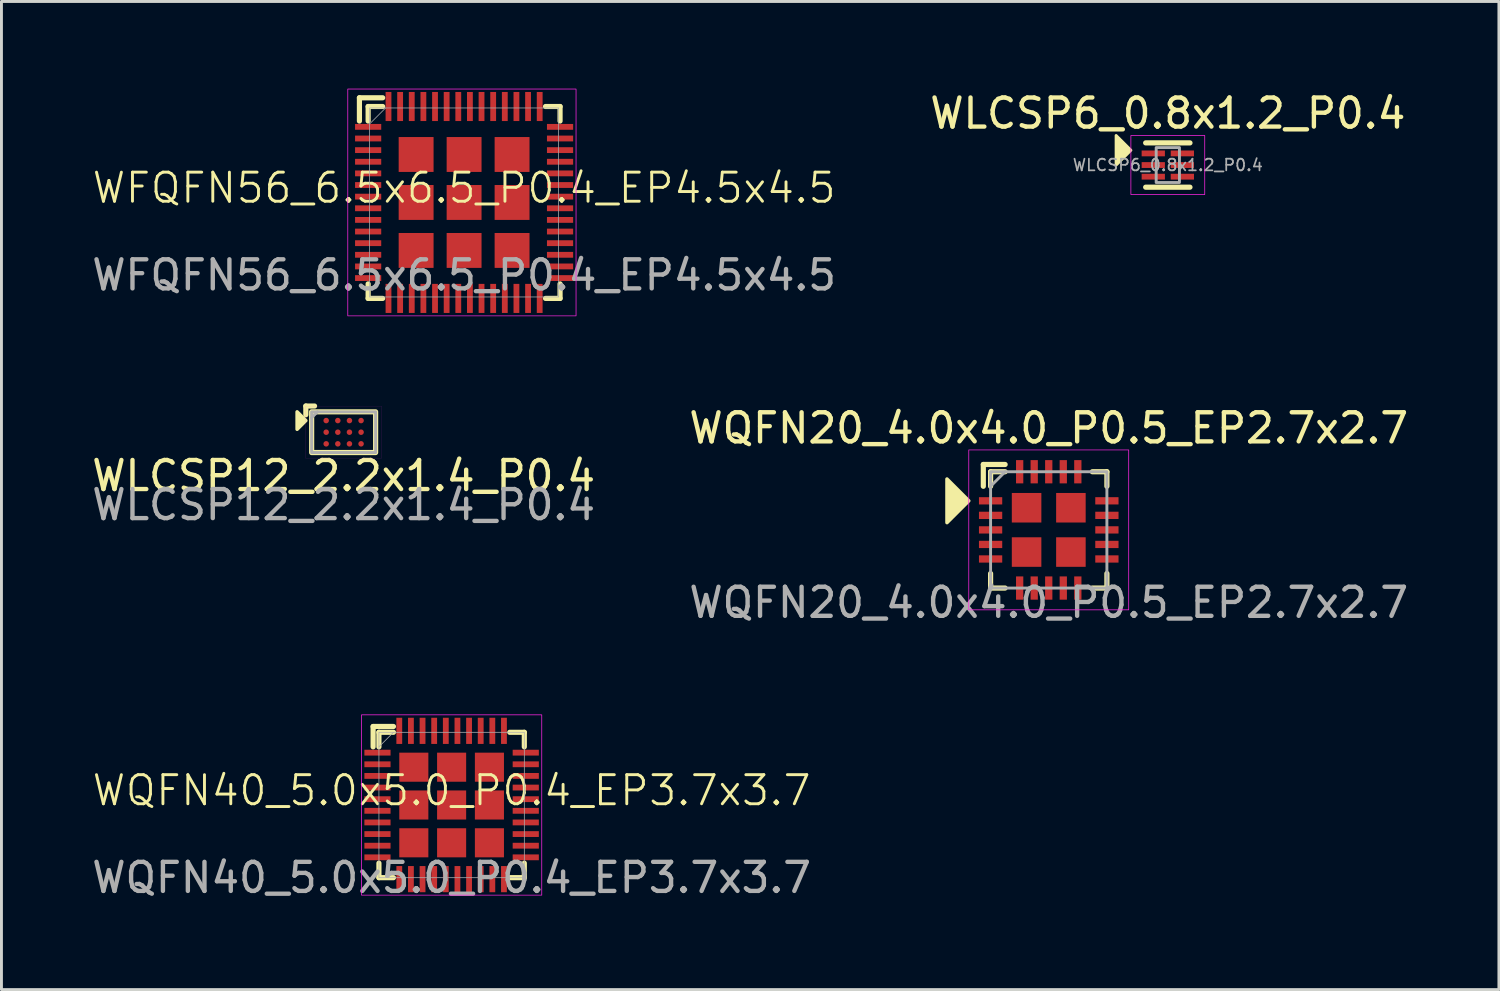
<source format=kicad_pcb>
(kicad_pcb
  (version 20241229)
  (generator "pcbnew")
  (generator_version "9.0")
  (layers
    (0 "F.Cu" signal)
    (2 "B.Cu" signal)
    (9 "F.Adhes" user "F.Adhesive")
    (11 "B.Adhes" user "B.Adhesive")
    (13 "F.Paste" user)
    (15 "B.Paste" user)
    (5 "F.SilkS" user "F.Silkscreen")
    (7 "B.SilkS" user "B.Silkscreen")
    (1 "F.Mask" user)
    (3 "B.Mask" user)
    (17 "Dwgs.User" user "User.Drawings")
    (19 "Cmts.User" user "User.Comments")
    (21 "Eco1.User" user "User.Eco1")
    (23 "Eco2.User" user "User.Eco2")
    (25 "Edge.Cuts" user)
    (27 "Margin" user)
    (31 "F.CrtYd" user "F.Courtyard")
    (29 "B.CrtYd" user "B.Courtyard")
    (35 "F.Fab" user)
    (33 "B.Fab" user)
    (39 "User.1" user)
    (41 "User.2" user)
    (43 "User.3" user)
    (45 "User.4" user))
  (footprint "WQFN20_4.0x4.0_P0.5_EP2.7x2.7"
    (layer "F.Cu")
    (at 33.018 15.174)
    (property "Reference" "WQFN20_4.0x4.0_P0.5_EP2.7x2.7" (at 0 -3.5 0) (unlocked yes) (layer "F.SilkS") (effects (font (size 1 1) (thickness 0.15))))
    (attr smd)
    (fp_line (start -2.25 -2.25) (end -1.5 -2.25) (stroke (width 0.178) (type solid)) (layer "F.SilkS"))
    (fp_line (start -2.25 -1.5) (end -2.25 -2.25) (stroke (width 0.178) (type solid)) (layer "F.SilkS"))
    (fp_line (start -2 -2) (end -2 -1.5) (stroke (width 0.178) (type solid)) (layer "F.SilkS"))
    (fp_line (start -2 1.5) (end -2 2) (stroke (width 0.178) (type solid)) (layer "F.SilkS"))
    (fp_line (start -2 2) (end -1.5 2) (stroke (width 0.178) (type solid)) (layer "F.SilkS"))
    (fp_line (start -1.5 -2) (end -2 -2) (stroke (width 0.178) (type solid)) (layer "F.SilkS"))
    (fp_line (start 1.5 -2) (end 2 -2) (stroke (width 0.178) (type solid)) (layer "F.SilkS"))
    (fp_line (start 1.5 2) (end 2 2) (stroke (width 0.178) (type solid)) (layer "F.SilkS"))
    (fp_line (start 2 -2) (end 2 -1.5) (stroke (width 0.178) (type solid)) (layer "F.SilkS"))
    (fp_line (start 2 2) (end 2 1.5) (stroke (width 0.178) (type solid)) (layer "F.SilkS"))
    (fp_poly (pts (xy -2.75 -1) (xy -3.5 -0.25) (xy -3.5 -1.75)) (stroke (width 0.12) (type solid)) (fill yes) (layer "F.SilkS"))
    (fp_rect (start -2.75 -2.75) (end 2.75 2.75) (stroke (width 0.025) (type solid)) (fill no) (layer "F.CrtYd"))
    (fp_line (start -2 -1.5) (end -1.5 -2) (stroke (width 0.1) (type solid)) (layer "F.Fab"))
    (fp_rect (start -2 -2) (end 2 2) (stroke (width 0.1) (type solid)) (fill no) (layer "F.Fab"))
    (fp_text user "${REFERENCE}" (at 0 2.5 0) (unlocked yes) (layer "F.Fab") (effects (font (size 1 1) (thickness 0.15))))
    (pad "1" smd rect (at -2 -1) (size 0.8 0.25) (layers "F.Cu" "F.Mask" "F.Paste"))
    (pad "2" smd rect (at -2 -0.5) (size 0.8 0.25) (layers "F.Cu" "F.Mask" "F.Paste"))
    (pad "3" smd rect (at -2 0) (size 0.8 0.25) (layers "F.Cu" "F.Mask" "F.Paste"))
    (pad "4" smd rect (at -2 0.5) (size 0.8 0.25) (layers "F.Cu" "F.Mask" "F.Paste"))
    (pad "5" smd rect (at -2 1) (size 0.8 0.25) (layers "F.Cu" "F.Mask" "F.Paste"))
    (pad "6" smd rect (at -1 2 90) (size 0.8 0.25) (layers "F.Cu" "F.Mask" "F.Paste"))
    (pad "7" smd rect (at -0.5 2 90) (size 0.8 0.25) (layers "F.Cu" "F.Mask" "F.Paste"))
    (pad "8" smd rect (at 0 2 90) (size 0.8 0.25) (layers "F.Cu" "F.Mask" "F.Paste"))
    (pad "9" smd rect (at 0.5 2 90) (size 0.8 0.25) (layers "F.Cu" "F.Mask" "F.Paste"))
    (pad "10" smd rect (at 1 2 90) (size 0.8 0.25) (layers "F.Cu" "F.Mask" "F.Paste"))
    (pad "11" smd rect (at 2 1) (size 0.8 0.25) (layers "F.Cu" "F.Mask" "F.Paste"))
    (pad "12" smd rect (at 2 0.5) (size 0.8 0.25) (layers "F.Cu" "F.Mask" "F.Paste"))
    (pad "13" smd rect (at 2 0) (size 0.8 0.25) (layers "F.Cu" "F.Mask" "F.Paste"))
    (pad "14" smd rect (at 2 -0.5) (size 0.8 0.25) (layers "F.Cu" "F.Mask" "F.Paste"))
    (pad "15" smd rect (at 2 -1) (size 0.8 0.25) (layers "F.Cu" "F.Mask" "F.Paste"))
    (pad "16" smd rect (at 1 -2 90) (size 0.8 0.25) (layers "F.Cu" "F.Mask" "F.Paste"))
    (pad "17" smd rect (at 0.5 -2 90) (size 0.8 0.25) (layers "F.Cu" "F.Mask" "F.Paste"))
    (pad "18" smd rect (at 0 -2 90) (size 0.8 0.25) (layers "F.Cu" "F.Mask" "F.Paste"))
    (pad "19" smd rect (at -0.5 -2 90) (size 0.8 0.25) (layers "F.Cu" "F.Mask" "F.Paste"))
    (pad "20" smd rect (at -1 -2 90) (size 0.8 0.25) (layers "F.Cu" "F.Mask" "F.Paste"))
    (pad "21" smd rect (at -0.762 -0.762 90) (size 1.016 1.016) (layers "F.Cu" "F.Mask" "F.Paste"))
    (pad "21" smd rect (at -0.762 0.762 90) (size 1.016 1.016) (layers "F.Cu" "F.Mask" "F.Paste"))
    (pad "21" smd rect (at 0.762 -0.762 90) (size 1.016 1.016) (layers "F.Cu" "F.Mask" "F.Paste"))
    (pad "21" smd rect (at 0.762 0.762 90) (size 1.016 1.016) (layers "F.Cu" "F.Mask" "F.Paste")))
  (footprint "WQFN40_5.0x5.0_P0.4_EP3.7x3.7"
    (layer "F.Cu")
    (at 12.482 24.635)
    (property "Reference" "WQFN40_5.0x5.0_P0.4_EP3.7x3.7" (at 0 -0.5 0) (unlocked yes) (layer "F.SilkS") (effects (font (size 1 1) (thickness 0.1))))
    (attr smd)
    (fp_line (start -2.7 -2.7) (end -2 -2.7) (stroke (width 0.178) (type default)) (layer "F.SilkS"))
    (fp_line (start -2.7 -2) (end -2.7 -2.7) (stroke (width 0.178) (type default)) (layer "F.SilkS"))
    (fp_line (start -2.5 -2.5) (end -2 -2.5) (stroke (width 0.178) (type default)) (layer "F.SilkS"))
    (fp_line (start -2.5 -2) (end -2.5 -2.5) (stroke (width 0.178) (type default)) (layer "F.SilkS"))
    (fp_line (start -2.5 2.5) (end -2.5 2) (stroke (width 0.178) (type default)) (layer "F.SilkS"))
    (fp_line (start -2 2.5) (end -2.5 2.5) (stroke (width 0.178) (type default)) (layer "F.SilkS"))
    (fp_line (start 2 -2.5) (end 2.5 -2.5) (stroke (width 0.178) (type default)) (layer "F.SilkS"))
    (fp_line (start 2 2.5) (end 2.5 2.5) (stroke (width 0.178) (type default)) (layer "F.SilkS"))
    (fp_line (start 2.5 -2.5) (end 2.5 -2) (stroke (width 0.178) (type default)) (layer "F.SilkS"))
    (fp_line (start 2.5 2.5) (end 2.5 2) (stroke (width 0.178) (type default)) (layer "F.SilkS"))
    (fp_rect (start -3.1 3.1) (end 3.1 -3.1) (stroke (width 0.025) (type default)) (fill no) (layer "F.CrtYd"))
    (fp_line (start -2.5 -2) (end -2 -2.5) (stroke (width 0.025) (type default)) (layer "F.Fab"))
    (fp_rect (start -2.5 2.5) (end 2.5 -2.5) (stroke (width 0.025) (type default)) (fill no) (layer "F.Fab"))
    (fp_text user "${REFERENCE}" (at 0 2.5 0) (unlocked yes) (layer "F.Fab") (effects (font (size 1 1) (thickness 0.15))))
    (pad "1" smd rect (at -2.55 -1.8) (size 0.9 0.2) (layers "F.Cu" "F.Mask" "F.Paste"))
    (pad "2" smd rect (at -2.55 -1.4) (size 0.9 0.2) (layers "F.Cu" "F.Mask" "F.Paste"))
    (pad "3" smd rect (at -2.55 -1) (size 0.9 0.2) (layers "F.Cu" "F.Mask" "F.Paste"))
    (pad "4" smd rect (at -2.55 -0.6) (size 0.9 0.2) (layers "F.Cu" "F.Mask" "F.Paste"))
    (pad "5" smd rect (at -2.55 -0.2) (size 0.9 0.2) (layers "F.Cu" "F.Mask" "F.Paste"))
    (pad "6" smd rect (at -2.55 0.2) (size 0.9 0.2) (layers "F.Cu" "F.Mask" "F.Paste"))
    (pad "7" smd rect (at -2.55 0.6) (size 0.9 0.2) (layers "F.Cu" "F.Mask" "F.Paste"))
    (pad "8" smd rect (at -2.55 1) (size 0.9 0.2) (layers "F.Cu" "F.Mask" "F.Paste"))
    (pad "9" smd rect (at -2.55 1.4) (size 0.9 0.2) (layers "F.Cu" "F.Mask" "F.Paste"))
    (pad "10" smd rect (at -2.55 1.8) (size 0.9 0.2) (layers "F.Cu" "F.Mask" "F.Paste"))
    (pad "11" smd rect (at -1.8 2.55) (size 0.2 0.9) (layers "F.Cu" "F.Mask" "F.Paste"))
    (pad "12" smd rect (at -1.4 2.55) (size 0.2 0.9) (layers "F.Cu" "F.Mask" "F.Paste"))
    (pad "13" smd rect (at -1 2.55) (size 0.2 0.9) (layers "F.Cu" "F.Mask" "F.Paste"))
    (pad "14" smd rect (at -0.6 2.55) (size 0.2 0.9) (layers "F.Cu" "F.Mask" "F.Paste"))
    (pad "15" smd rect (at -0.2 2.55) (size 0.2 0.9) (layers "F.Cu" "F.Mask" "F.Paste"))
    (pad "16" smd rect (at 0.2 2.55) (size 0.2 0.9) (layers "F.Cu" "F.Mask" "F.Paste"))
    (pad "17" smd rect (at 0.6 2.55) (size 0.2 0.9) (layers "F.Cu" "F.Mask" "F.Paste"))
    (pad "18" smd rect (at 1 2.55) (size 0.2 0.9) (layers "F.Cu" "F.Mask" "F.Paste"))
    (pad "19" smd rect (at 1.4 2.55) (size 0.2 0.9) (layers "F.Cu" "F.Mask" "F.Paste"))
    (pad "20" smd rect (at 1.8 2.55) (size 0.2 0.9) (layers "F.Cu" "F.Mask" "F.Paste"))
    (pad "21" smd rect (at 2.55 1.8) (size 0.9 0.2) (layers "F.Cu" "F.Mask" "F.Paste"))
    (pad "22" smd rect (at 2.55 1.4) (size 0.9 0.2) (layers "F.Cu" "F.Mask" "F.Paste"))
    (pad "23" smd rect (at 2.55 1) (size 0.9 0.2) (layers "F.Cu" "F.Mask" "F.Paste"))
    (pad "24" smd rect (at 2.55 0.6) (size 0.9 0.2) (layers "F.Cu" "F.Mask" "F.Paste"))
    (pad "25" smd rect (at 2.55 0.2) (size 0.9 0.2) (layers "F.Cu" "F.Mask" "F.Paste"))
    (pad "26" smd rect (at 2.55 -0.2) (size 0.9 0.2) (layers "F.Cu" "F.Mask" "F.Paste"))
    (pad "27" smd rect (at 2.55 -0.6) (size 0.9 0.2) (layers "F.Cu" "F.Mask" "F.Paste"))
    (pad "28" smd rect (at 2.55 -1) (size 0.9 0.2) (layers "F.Cu" "F.Mask" "F.Paste"))
    (pad "29" smd rect (at 2.55 -1.4) (size 0.9 0.2) (layers "F.Cu" "F.Mask" "F.Paste"))
    (pad "30" smd rect (at 2.55 -1.8) (size 0.9 0.2) (layers "F.Cu" "F.Mask" "F.Paste"))
    (pad "31" smd rect (at 1.8 -2.55) (size 0.2 0.9) (layers "F.Cu" "F.Mask" "F.Paste"))
    (pad "32" smd rect (at 1.4 -2.55) (size 0.2 0.9) (layers "F.Cu" "F.Mask" "F.Paste"))
    (pad "33" smd rect (at 1 -2.55) (size 0.2 0.9) (layers "F.Cu" "F.Mask" "F.Paste"))
    (pad "34" smd rect (at 0.6 -2.55) (size 0.2 0.9) (layers "F.Cu" "F.Mask" "F.Paste"))
    (pad "35" smd rect (at 0.2 -2.55) (size 0.2 0.9) (layers "F.Cu" "F.Mask" "F.Paste"))
    (pad "36" smd rect (at -0.2 -2.55) (size 0.2 0.9) (layers "F.Cu" "F.Mask" "F.Paste"))
    (pad "37" smd rect (at -0.6 -2.55) (size 0.2 0.9) (layers "F.Cu" "F.Mask" "F.Paste"))
    (pad "38" smd rect (at -1 -2.55) (size 0.2 0.9) (layers "F.Cu" "F.Mask" "F.Paste"))
    (pad "39" smd rect (at -1.4 -2.55) (size 0.2 0.9) (layers "F.Cu" "F.Mask" "F.Paste"))
    (pad "40" smd rect (at -1.8 -2.55) (size 0.2 0.9) (layers "F.Cu" "F.Mask" "F.Paste"))
    (pad "41" smd rect (at -1.3 -1.3) (size 1 1) (layers "F.Cu" "F.Mask" "F.Paste"))
    (pad "41" smd rect (at -1.3 0) (size 1 1) (layers "F.Cu" "F.Mask" "F.Paste"))
    (pad "41" smd rect (at -1.3 1.3) (size 1 1) (layers "F.Cu" "F.Mask" "F.Paste"))
    (pad "41" smd rect (at 0 -1.3) (size 1 1) (layers "F.Cu" "F.Mask" "F.Paste"))
    (pad "41" smd rect (at 0 0) (size 1 1) (layers "F.Cu" "F.Mask" "F.Paste"))
    (pad "41" smd rect (at 0 1.3) (size 1 1) (layers "F.Cu" "F.Mask" "F.Paste"))
    (pad "41" smd rect (at 1.3 -1.3) (size 1 1) (layers "F.Cu" "F.Mask" "F.Paste"))
    (pad "41" smd rect (at 1.3 0) (size 1 1) (layers "F.Cu" "F.Mask" "F.Paste"))
    (pad "41" smd rect (at 1.3 1.3) (size 1 1) (layers "F.Cu" "F.Mask" "F.Paste")))
  (footprint "WFQFN56_6.5x6.5_P0.4_EP4.5x4.5"
    (layer "F.Cu")
    (at 12.911 3.913)
    (property "Reference" "WFQFN56_6.5x6.5_P0.4_EP4.5x4.5" (at 0 -0.5 0) (unlocked yes) (layer "F.SilkS") (effects (font (size 1 1) (thickness 0.1))))
    (attr smd)
    (fp_line (start -3.6 -3.6) (end -2.8 -3.6) (stroke (width 0.178) (type default)) (layer "F.SilkS"))
    (fp_line (start -3.6 -2.8) (end -3.6 -3.6) (stroke (width 0.178) (type default)) (layer "F.SilkS"))
    (fp_line (start -3.3 -3.3) (end -2.8 -3.3) (stroke (width 0.178) (type default)) (layer "F.SilkS"))
    (fp_line (start -3.3 -2.8) (end -3.3 -3.3) (stroke (width 0.178) (type default)) (layer "F.SilkS"))
    (fp_line (start -3.3 3.3) (end -3.3 2.8) (stroke (width 0.178) (type default)) (layer "F.SilkS"))
    (fp_line (start -2.8 3.3) (end -3.3 3.3) (stroke (width 0.178) (type default)) (layer "F.SilkS"))
    (fp_line (start 2.8 -3.3) (end 3.3 -3.3) (stroke (width 0.178) (type default)) (layer "F.SilkS"))
    (fp_line (start 2.8 3.3) (end 3.3 3.3) (stroke (width 0.178) (type default)) (layer "F.SilkS"))
    (fp_line (start 3.3 -3.3) (end 3.3 -2.8) (stroke (width 0.178) (type default)) (layer "F.SilkS"))
    (fp_line (start 3.3 3.3) (end 3.3 2.8) (stroke (width 0.178) (type default)) (layer "F.SilkS"))
    (fp_rect (start -4 3.9) (end 3.85 -3.9) (stroke (width 0.025) (type default)) (fill no) (layer "F.CrtYd"))
    (fp_line (start -3.25 -2.7) (end -2.7 -3.25) (stroke (width 0.025) (type default)) (layer "F.Fab"))
    (fp_rect (start -3.25 3.25) (end 3.25 -3.25) (stroke (width 0.025) (type default)) (fill no) (layer "F.Fab"))
    (fp_text user "${REFERENCE}" (at 0 2.5 0) (unlocked yes) (layer "F.Fab") (effects (font (size 1 1) (thickness 0.15))))
    (pad "1" smd rect (at -3.3 -2.6) (size 0.9 0.2) (layers "F.Cu" "F.Mask" "F.Paste"))
    (pad "2" smd rect (at -3.3 -2.2) (size 0.9 0.2) (layers "F.Cu" "F.Mask" "F.Paste"))
    (pad "3" smd rect (at -3.3 -1.8) (size 0.9 0.2) (layers "F.Cu" "F.Mask" "F.Paste"))
    (pad "4" smd rect (at -3.3 -1.4) (size 0.9 0.2) (layers "F.Cu" "F.Mask" "F.Paste"))
    (pad "5" smd rect (at -3.3 -1) (size 0.9 0.2) (layers "F.Cu" "F.Mask" "F.Paste"))
    (pad "6" smd rect (at -3.3 -0.6) (size 0.9 0.2) (layers "F.Cu" "F.Mask" "F.Paste"))
    (pad "7" smd rect (at -3.3 -0.2) (size 0.9 0.2) (layers "F.Cu" "F.Mask" "F.Paste"))
    (pad "8" smd rect (at -3.3 0.2) (size 0.9 0.2) (layers "F.Cu" "F.Mask" "F.Paste"))
    (pad "9" smd rect (at -3.3 0.6) (size 0.9 0.2) (layers "F.Cu" "F.Mask" "F.Paste"))
    (pad "10" smd rect (at -3.3 1) (size 0.9 0.2) (layers "F.Cu" "F.Mask" "F.Paste"))
    (pad "11" smd rect (at -3.3 1.4) (size 0.9 0.2) (layers "F.Cu" "F.Mask" "F.Paste"))
    (pad "12" smd rect (at -3.3 1.8) (size 0.9 0.2) (layers "F.Cu" "F.Mask" "F.Paste"))
    (pad "13" smd rect (at -3.3 2.2) (size 0.9 0.2) (layers "F.Cu" "F.Mask" "F.Paste"))
    (pad "14" smd rect (at -3.3 2.6) (size 0.9 0.2) (layers "F.Cu" "F.Mask" "F.Paste"))
    (pad "15" smd rect (at -2.6 3.3) (size 0.2 1) (layers "F.Cu" "F.Mask" "F.Paste"))
    (pad "16" smd rect (at -2.2 3.3) (size 0.2 1) (layers "F.Cu" "F.Mask" "F.Paste"))
    (pad "17" smd rect (at -1.8 3.3) (size 0.2 1) (layers "F.Cu" "F.Mask" "F.Paste"))
    (pad "18" smd rect (at -1.4 3.3) (size 0.2 1) (layers "F.Cu" "F.Mask" "F.Paste"))
    (pad "19" smd rect (at -1 3.3) (size 0.2 1) (layers "F.Cu" "F.Mask" "F.Paste"))
    (pad "20" smd rect (at -0.6 3.3) (size 0.2 1) (layers "F.Cu" "F.Mask" "F.Paste"))
    (pad "21" smd rect (at -0.2 3.3) (size 0.2 1) (layers "F.Cu" "F.Mask" "F.Paste"))
    (pad "22" smd rect (at 0.2 3.3) (size 0.2 1) (layers "F.Cu" "F.Mask" "F.Paste"))
    (pad "23" smd rect (at 0.6 3.3) (size 0.2 1) (layers "F.Cu" "F.Mask" "F.Paste"))
    (pad "24" smd rect (at 1 3.3) (size 0.2 1) (layers "F.Cu" "F.Mask" "F.Paste"))
    (pad "25" smd rect (at 1.4 3.3) (size 0.2 1) (layers "F.Cu" "F.Mask" "F.Paste"))
    (pad "26" smd rect (at 1.8 3.3) (size 0.2 1) (layers "F.Cu" "F.Mask" "F.Paste"))
    (pad "27" smd rect (at 2.2 3.3) (size 0.2 1) (layers "F.Cu" "F.Mask" "F.Paste"))
    (pad "28" smd rect (at 2.6 3.3) (size 0.2 1) (layers "F.Cu" "F.Mask" "F.Paste"))
    (pad "29" smd rect (at 3.3 2.6) (size 0.9 0.2) (layers "F.Cu" "F.Mask" "F.Paste"))
    (pad "30" smd rect (at 3.3 2.2) (size 0.9 0.2) (layers "F.Cu" "F.Mask" "F.Paste"))
    (pad "31" smd rect (at 3.3 1.8) (size 0.9 0.2) (layers "F.Cu" "F.Mask" "F.Paste"))
    (pad "32" smd rect (at 3.3 1.4) (size 0.9 0.2) (layers "F.Cu" "F.Mask" "F.Paste"))
    (pad "33" smd rect (at 3.3 1) (size 0.9 0.2) (layers "F.Cu" "F.Mask" "F.Paste"))
    (pad "34" smd rect (at 3.3 0.6) (size 0.9 0.2) (layers "F.Cu" "F.Mask" "F.Paste"))
    (pad "35" smd rect (at 3.3 0.2) (size 0.9 0.2) (layers "F.Cu" "F.Mask" "F.Paste"))
    (pad "36" smd rect (at 3.3 -0.2) (size 0.9 0.2) (layers "F.Cu" "F.Mask" "F.Paste"))
    (pad "37" smd rect (at 3.3 -0.6) (size 0.9 0.2) (layers "F.Cu" "F.Mask" "F.Paste"))
    (pad "38" smd rect (at 3.3 -1) (size 0.9 0.2) (layers "F.Cu" "F.Mask" "F.Paste"))
    (pad "39" smd rect (at 3.3 -1.4) (size 0.9 0.2) (layers "F.Cu" "F.Mask" "F.Paste"))
    (pad "40" smd rect (at 3.3 -1.8) (size 0.9 0.2) (layers "F.Cu" "F.Mask" "F.Paste"))
    (pad "41" smd rect (at 3.3 -2.2) (size 0.9 0.2) (layers "F.Cu" "F.Mask" "F.Paste"))
    (pad "42" smd rect (at 3.3 -2.6) (size 0.9 0.2) (layers "F.Cu" "F.Mask" "F.Paste"))
    (pad "43" smd rect (at 2.6 -3.3) (size 0.2 1) (layers "F.Cu" "F.Mask" "F.Paste"))
    (pad "44" smd rect (at 2.2 -3.3) (size 0.2 1) (layers "F.Cu" "F.Mask" "F.Paste"))
    (pad "45" smd rect (at 1.8 -3.3) (size 0.2 1) (layers "F.Cu" "F.Mask" "F.Paste"))
    (pad "46" smd rect (at 1.4 -3.3) (size 0.2 1) (layers "F.Cu" "F.Mask" "F.Paste"))
    (pad "47" smd rect (at 1 -3.3) (size 0.2 1) (layers "F.Cu" "F.Mask" "F.Paste"))
    (pad "48" smd rect (at 0.6 -3.3) (size 0.2 1) (layers "F.Cu" "F.Mask" "F.Paste"))
    (pad "49" smd rect (at 0.2 -3.3) (size 0.2 1) (layers "F.Cu" "F.Mask" "F.Paste"))
    (pad "50" smd rect (at -0.2 -3.3) (size 0.2 1) (layers "F.Cu" "F.Mask" "F.Paste"))
    (pad "51" smd rect (at -0.6 -3.3) (size 0.2 1) (layers "F.Cu" "F.Mask" "F.Paste"))
    (pad "52" smd rect (at -1 -3.3) (size 0.2 1) (layers "F.Cu" "F.Mask" "F.Paste"))
    (pad "53" smd rect (at -1.4 -3.3) (size 0.2 1) (layers "F.Cu" "F.Mask" "F.Paste"))
    (pad "54" smd rect (at -1.8 -3.3) (size 0.2 1) (layers "F.Cu" "F.Mask" "F.Paste"))
    (pad "55" smd rect (at -2.2 -3.3) (size 0.2 1) (layers "F.Cu" "F.Mask" "F.Paste"))
    (pad "56" smd rect (at -2.6 -3.3) (size 0.2 1) (layers "F.Cu" "F.Mask" "F.Paste"))
    (pad "57" smd rect (at -1.65 -1.65) (size 1.2 1.2) (layers "F.Cu" "F.Mask" "F.Paste"))
    (pad "57" smd rect (at -1.65 0) (size 1.2 1.2) (layers "F.Cu" "F.Mask" "F.Paste"))
    (pad "57" smd rect (at -1.65 1.65) (size 1.2 1.2) (layers "F.Cu" "F.Mask" "F.Paste"))
    (pad "57" smd rect (at 0 -1.65) (size 1.2 1.2) (layers "F.Cu" "F.Mask" "F.Paste"))
    (pad "57" smd rect (at 0 0) (size 1.2 1.2) (layers "F.Cu" "F.Mask" "F.Paste"))
    (pad "57" smd rect (at 0 1.65) (size 1.2 1.2) (layers "F.Cu" "F.Mask" "F.Paste"))
    (pad "57" smd rect (at 1.65 -1.65) (size 1.2 1.2) (layers "F.Cu" "F.Mask" "F.Paste"))
    (pad "57" smd rect (at 1.65 0) (size 1.2 1.2) (layers "F.Cu" "F.Mask" "F.Paste"))
    (pad "57" smd rect (at 1.65 1.65) (size 1.2 1.2) (layers "F.Cu" "F.Mask" "F.Paste")))
  (footprint "WLCSP12_2.2x1.4_P0.4"
    (layer "F.Cu")
    (at 8.768 11.814)
    (property "Reference" "WLCSP12_2.2x1.4_P0.4" (at 0 1.5 0) (unlocked yes) (layer "F.SilkS") (effects (font (size 1 1) (thickness 0.15))))
    (attr smd)
    (fp_line (start -1.3 -0.9) (end -1.3 -0.6) (stroke (width 0.178) (type solid)) (layer "F.SilkS"))
    (fp_line (start -1 -0.9) (end -1.3 -0.9) (stroke (width 0.178) (type solid)) (layer "F.SilkS"))
    (fp_rect (start -1.1 -0.7) (end 1.1 0.7) (stroke (width 0.178) (type solid)) (fill no) (layer "F.SilkS"))
    (fp_poly (pts (xy -1.3 -0.4) (xy -1.6 -0.1) (xy -1.6 -0.7)) (stroke (width 0.12) (type solid)) (fill yes) (layer "F.SilkS"))
    (fp_rect (start -1.3 -0.9) (end 1.3 0.9) (stroke (width 0.003) (type solid)) (fill no) (layer "F.CrtYd"))
    (fp_line (start -1.1 -0.5) (end -0.9 -0.7) (stroke (width 0.1) (type solid)) (layer "F.Fab"))
    (fp_rect (start -1.1 -0.7) (end 1.1 0.7) (stroke (width 0.1) (type solid)) (fill no) (layer "F.Fab"))
    (fp_text user "${REFERENCE}" (at 0 2.5 0) (unlocked yes) (layer "F.Fab") (effects (font (size 1 1) (thickness 0.15))))
    (pad "A1" smd circle (at -0.6 -0.4) (size 0.19 0.19) (layers "F.Cu" "F.Mask" "F.Paste"))
    (pad "A2" smd circle (at -0.2 -0.4) (size 0.19 0.19) (layers "F.Cu" "F.Mask" "F.Paste"))
    (pad "A3" smd circle (at 0.2 -0.4) (size 0.19 0.19) (layers "F.Cu" "F.Mask" "F.Paste"))
    (pad "A4" smd circle (at 0.6 -0.4) (size 0.19 0.19) (layers "F.Cu" "F.Mask" "F.Paste"))
    (pad "B1" smd circle (at -0.6 0) (size 0.19 0.19) (layers "F.Cu" "F.Mask" "F.Paste"))
    (pad "B2" smd circle (at -0.2 0) (size 0.19 0.19) (layers "F.Cu" "F.Mask" "F.Paste"))
    (pad "B3" smd circle (at 0.2 0) (size 0.19 0.19) (layers "F.Cu" "F.Mask" "F.Paste"))
    (pad "B4" smd circle (at 0.6 0) (size 0.19 0.19) (layers "F.Cu" "F.Mask" "F.Paste"))
    (pad "C1" smd circle (at -0.6 0.4) (size 0.19 0.19) (layers "F.Cu" "F.Mask" "F.Paste"))
    (pad "C2" smd circle (at -0.2 0.4) (size 0.19 0.19) (layers "F.Cu" "F.Mask" "F.Paste"))
    (pad "C3" smd circle (at 0.2 0.4) (size 0.19 0.19) (layers "F.Cu" "F.Mask" "F.Paste"))
    (pad "C4" smd circle (at 0.6 0.4) (size 0.19 0.19) (layers "F.Cu" "F.Mask" "F.Paste")))
  (footprint "WLCSP6_0.8x1.2_P0.4"
    (layer "F.Cu")
    (at 37.113 2.626)
    (property "Reference" "WLCSP6_0.8x1.2_P0.4" (at 0 -1.778 0) (layer "F.SilkS") (effects (font (size 1 1) (thickness 0.15))))
    (attr smd)
    (fp_line (start -0.762 0.762) (end 0.762 0.762) (stroke (width 0.178) (type solid)) (layer "F.SilkS"))
    (fp_line (start 0.762 -0.762) (end -0.762 -0.762) (stroke (width 0.178) (type solid)) (layer "F.SilkS"))
    (fp_poly (pts (xy -1.27 -0.508) (xy -1.778 0) (xy -1.778 -1.016)) (stroke (width 0.1) (type solid)) (fill yes) (layer "F.SilkS"))
    (fp_rect (start -1.27 -1.016) (end 1.27 1.016) (stroke (width 0.025) (type solid)) (fill no) (layer "F.CrtYd"))
    (fp_rect (start -0.4 -0.6) (end 0.4 0.6) (stroke (width 0.1) (type solid)) (fill no) (layer "F.Fab"))
    (fp_text user "${REFERENCE}" (at 0 0 0) (layer "F.Fab") (effects (font (size 0.4 0.4) (thickness 0.06))))
    (pad "A1" smd rect (at -0.5 -0.4) (size 0.8 0.2) (layers "F.Cu" "F.Mask" "F.Paste"))
    (pad "A2" smd rect (at 0.5 -0.4) (size 0.8 0.2) (layers "F.Cu" "F.Mask" "F.Paste"))
    (pad "B1" smd rect (at -0.5 0) (size 0.8 0.2) (layers "F.Cu" "F.Mask" "F.Paste"))
    (pad "B2" smd rect (at 0.5 0) (size 0.8 0.2) (layers "F.Cu" "F.Mask" "F.Paste"))
    (pad "C1" smd rect (at -0.5 0.4) (size 0.8 0.2) (layers "F.Cu" "F.Mask" "F.Paste"))
    (pad "C2" smd rect (at 0.5 0.4) (size 0.8 0.2) (layers "F.Cu" "F.Mask" "F.Paste")))
  (gr_rect
    (start -3 -3)
    (end 48.5 30.983)
    (stroke (width 0.1) (type default))
    (fill no)
    (layer "Edge.Cuts")))
</source>
